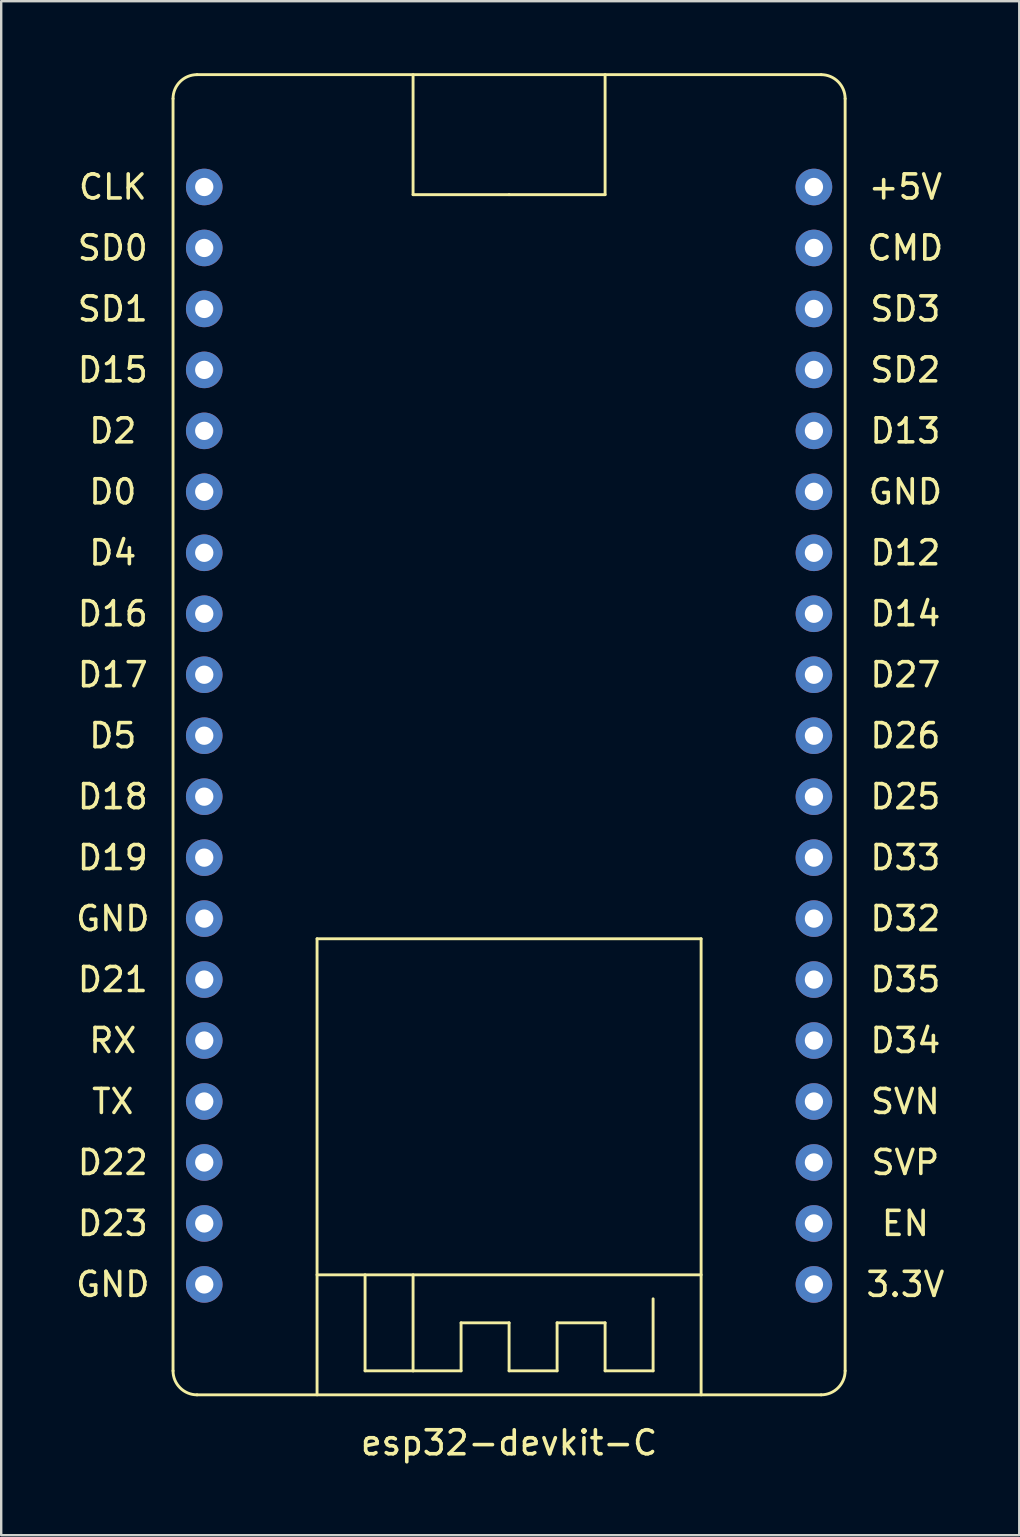
<source format=kicad_pcb>
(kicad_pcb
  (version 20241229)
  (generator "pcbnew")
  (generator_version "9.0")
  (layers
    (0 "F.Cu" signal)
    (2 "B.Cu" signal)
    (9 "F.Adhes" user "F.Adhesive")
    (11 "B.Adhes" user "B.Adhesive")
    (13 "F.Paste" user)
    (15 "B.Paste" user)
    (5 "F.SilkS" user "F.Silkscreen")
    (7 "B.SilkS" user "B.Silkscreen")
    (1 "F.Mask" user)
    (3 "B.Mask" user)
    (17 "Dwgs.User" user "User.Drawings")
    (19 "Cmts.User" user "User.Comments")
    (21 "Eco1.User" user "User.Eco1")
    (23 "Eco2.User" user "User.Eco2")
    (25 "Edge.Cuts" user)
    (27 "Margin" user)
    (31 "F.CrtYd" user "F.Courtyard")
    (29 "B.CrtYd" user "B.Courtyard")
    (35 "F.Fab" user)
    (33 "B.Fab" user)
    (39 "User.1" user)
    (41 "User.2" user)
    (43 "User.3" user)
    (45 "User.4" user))
  (footprint "esp32-devkit-C"
    (layer "F.Cu")
    (at 18.159 25.06)
    (property "Reference" "esp32-devkit-C" (at 0 32 0) (layer "F.SilkS") (effects (font (size 1 1) (thickness 0.15))))
    (attr through_hole)
    (fp_line (start -14 -24) (end -14 29) (stroke (width 0.12) (type solid)) (layer "F.SilkS"))
    (fp_line (start -13 -25) (end 13 -25) (stroke (width 0.12) (type solid)) (layer "F.SilkS"))
    (fp_line (start -13 30) (end 13 30) (stroke (width 0.12) (type solid)) (layer "F.SilkS"))
    (fp_line (start -8 11) (end 8 11) (stroke (width 0.12) (type solid)) (layer "F.SilkS"))
    (fp_line (start -8 25) (end 8 25) (stroke (width 0.12) (type solid)) (layer "F.SilkS"))
    (fp_line (start -8 30) (end -8 11) (stroke (width 0.12) (type solid)) (layer "F.SilkS"))
    (fp_line (start -6 29) (end -6 25) (stroke (width 0.12) (type solid)) (layer "F.SilkS"))
    (fp_line (start -6 29) (end -4 29) (stroke (width 0.12) (type solid)) (layer "F.SilkS"))
    (fp_line (start -4 -25) (end -4 -20) (stroke (width 0.12) (type solid)) (layer "F.SilkS"))
    (fp_line (start -4 -20) (end 0 -20) (stroke (width 0.12) (type solid)) (layer "F.SilkS"))
    (fp_line (start -4 29) (end -4 25) (stroke (width 0.12) (type solid)) (layer "F.SilkS"))
    (fp_line (start -4 29) (end -2 29) (stroke (width 0.12) (type solid)) (layer "F.SilkS"))
    (fp_line (start -2 27) (end 0 27) (stroke (width 0.12) (type solid)) (layer "F.SilkS"))
    (fp_line (start -2 29) (end -2 27) (stroke (width 0.12) (type solid)) (layer "F.SilkS"))
    (fp_line (start 0 -20) (end 4 -20) (stroke (width 0.12) (type solid)) (layer "F.SilkS"))
    (fp_line (start 0 27) (end 0 29) (stroke (width 0.12) (type solid)) (layer "F.SilkS"))
    (fp_line (start 0 29) (end 2 29) (stroke (width 0.12) (type solid)) (layer "F.SilkS"))
    (fp_line (start 2 27) (end 4 27) (stroke (width 0.12) (type solid)) (layer "F.SilkS"))
    (fp_line (start 2 29) (end 2 27) (stroke (width 0.12) (type solid)) (layer "F.SilkS"))
    (fp_line (start 4 -20) (end 4 -25) (stroke (width 0.12) (type solid)) (layer "F.SilkS"))
    (fp_line (start 4 27) (end 4 29) (stroke (width 0.12) (type solid)) (layer "F.SilkS"))
    (fp_line (start 4 29) (end 6 29) (stroke (width 0.12) (type solid)) (layer "F.SilkS"))
    (fp_line (start 6 29) (end 6 26) (stroke (width 0.12) (type solid)) (layer "F.SilkS"))
    (fp_line (start 8 11) (end 8 30) (stroke (width 0.12) (type solid)) (layer "F.SilkS"))
    (fp_line (start 14 -24) (end 14 29) (stroke (width 0.12) (type solid)) (layer "F.SilkS"))
    (fp_arc (start -14 -24) (mid -13.707107 -24.707107) (end -13 -25) (stroke (width 0.12) (type solid)) (layer "F.SilkS"))
    (fp_arc (start -13 30) (mid -13.707107 29.707107) (end -14 29) (stroke (width 0.12) (type solid)) (layer "F.SilkS"))
    (fp_arc (start 13 -25) (mid 13.707107 -24.707107) (end 14 -24) (stroke (width 0.12) (type solid)) (layer "F.SilkS"))
    (fp_arc (start 14 29) (mid 13.707107 29.707107) (end 13 30) (stroke (width 0.12) (type solid)) (layer "F.SilkS"))
    (fp_text user "D22" (at -16.51 20.32 0) (layer "F.SilkS") (effects (font (size 1 1) (thickness 0.15))))
    (fp_text user "CMD" (at 16.51 -17.78 0) (layer "F.SilkS") (effects (font (size 1 1) (thickness 0.15))))
    (fp_text user "D35" (at 16.51 12.7 0) (layer "F.SilkS") (effects (font (size 1 1) (thickness 0.15))))
    (fp_text user "D4" (at -16.51 -5.08 0) (layer "F.SilkS") (effects (font (size 1 1) (thickness 0.15))))
    (fp_text user "D0" (at -16.51 -7.62 0) (layer "F.SilkS") (effects (font (size 1 1) (thickness 0.15))))
    (fp_text user "EN" (at 16.51 22.86 0) (layer "F.SilkS") (effects (font (size 1 1) (thickness 0.15))))
    (fp_text user "SD1" (at -16.51 -15.24 0) (layer "F.SilkS") (effects (font (size 1 1) (thickness 0.15))))
    (fp_text user "D27" (at 16.51 0 0) (layer "F.SilkS") (effects (font (size 1 1) (thickness 0.15))))
    (fp_text user "GND" (at -16.51 10.16 0) (layer "F.SilkS") (effects (font (size 1 1) (thickness 0.15))))
    (fp_text user "D14" (at 16.51 -2.54 0) (layer "F.SilkS") (effects (font (size 1 1) (thickness 0.15))))
    (fp_text user "D25" (at 16.51 5.08 0) (layer "F.SilkS") (effects (font (size 1 1) (thickness 0.15))))
    (fp_text user "SD2" (at 16.51 -12.7 0) (layer "F.SilkS") (effects (font (size 1 1) (thickness 0.15))))
    (fp_text user "TX" (at -16.51 17.78 0) (layer "F.SilkS") (effects (font (size 1 1) (thickness 0.15))))
    (fp_text user "D5" (at -16.51 2.54 0) (layer "F.SilkS") (effects (font (size 1 1) (thickness 0.15))))
    (fp_text user "SVN" (at 16.51 17.78 0) (layer "F.SilkS") (effects (font (size 1 1) (thickness 0.15))))
    (fp_text user "SD0" (at -16.51 -17.78 0) (layer "F.SilkS") (effects (font (size 1 1) (thickness 0.15))))
    (fp_text user "GND" (at -16.51 25.4 0) (layer "F.SilkS") (effects (font (size 1 1) (thickness 0.15))))
    (fp_text user "D18" (at -16.51 5.08 0) (layer "F.SilkS") (effects (font (size 1 1) (thickness 0.15))))
    (fp_text user "D12" (at 16.51 -5.08 0) (layer "F.SilkS") (effects (font (size 1 1) (thickness 0.15))))
    (fp_text user "D33" (at 16.51 7.62 0) (layer "F.SilkS") (effects (font (size 1 1) (thickness 0.15))))
    (fp_text user "SVP" (at 16.51 20.32 0) (layer "F.SilkS") (effects (font (size 1 1) (thickness 0.15))))
    (fp_text user "GND" (at 16.51 -7.62 0) (layer "F.SilkS") (effects (font (size 1 1) (thickness 0.15))))
    (fp_text user "D15" (at -16.51 -12.7 0) (layer "F.SilkS") (effects (font (size 1 1) (thickness 0.15))))
    (fp_text user "D23" (at -16.51 22.86 0) (layer "F.SilkS") (effects (font (size 1 1) (thickness 0.15))))
    (fp_text user "D2" (at -16.51 -10.16 0) (layer "F.SilkS") (effects (font (size 1 1) (thickness 0.15))))
    (fp_text user "+5V" (at 16.51 -20.32 0) (layer "F.SilkS") (effects (font (size 1 1) (thickness 0.15))))
    (fp_text user "D32" (at 16.51 10.16 0) (layer "F.SilkS") (effects (font (size 1 1) (thickness 0.15))))
    (fp_text user "D17" (at -16.51 0 0) (layer "F.SilkS") (effects (font (size 1 1) (thickness 0.15))))
    (fp_text user "D26" (at 16.51 2.54 0) (layer "F.SilkS") (effects (font (size 1 1) (thickness 0.15))))
    (fp_text user "CLK" (at -16.51 -20.32 0) (layer "F.SilkS") (effects (font (size 1 1) (thickness 0.15))))
    (fp_text user "D19" (at -16.51 7.62 0) (layer "F.SilkS") (effects (font (size 1 1) (thickness 0.15))))
    (fp_text user "SD3" (at 16.51 -15.24 0) (layer "F.SilkS") (effects (font (size 1 1) (thickness 0.15))))
    (fp_text user "D13" (at 16.51 -10.16 0) (layer "F.SilkS") (effects (font (size 1 1) (thickness 0.15))))
    (fp_text user "D16" (at -16.51 -2.54 0) (layer "F.SilkS") (effects (font (size 1 1) (thickness 0.15))))
    (fp_text user "RX" (at -16.51 15.24 0) (layer "F.SilkS") (effects (font (size 1 1) (thickness 0.15))))
    (fp_text user "D34" (at 16.51 15.24 0) (layer "F.SilkS") (effects (font (size 1 1) (thickness 0.15))))
    (fp_text user "D21" (at -16.51 12.7 0) (layer "F.SilkS") (effects (font (size 1 1) (thickness 0.15))))
    (fp_text user "3.3V" (at 16.51 25.4 0) (layer "F.SilkS") (effects (font (size 1 1) (thickness 0.15))))
    (pad "1" thru_hole circle (at -12.7 -20.32) (size 1.524 1.524) (drill 0.762) (layers "*.Cu" "*.Mask"))
    (pad "2" thru_hole circle (at -12.7 -17.78) (size 1.524 1.524) (drill 0.762) (layers "*.Cu" "*.Mask"))
    (pad "3" thru_hole circle (at -12.7 -15.24) (size 1.524 1.524) (drill 0.762) (layers "*.Cu" "*.Mask"))
    (pad "4" thru_hole circle (at -12.7 -12.7) (size 1.524 1.524) (drill 0.762) (layers "*.Cu" "*.Mask"))
    (pad "5" thru_hole circle (at -12.7 -10.16) (size 1.524 1.524) (drill 0.762) (layers "*.Cu" "*.Mask"))
    (pad "6" thru_hole circle (at -12.7 -7.62) (size 1.524 1.524) (drill 0.762) (layers "*.Cu" "*.Mask"))
    (pad "7" thru_hole circle (at -12.7 -5.08) (size 1.524 1.524) (drill 0.762) (layers "*.Cu" "*.Mask"))
    (pad "8" thru_hole circle (at -12.7 -2.54) (size 1.524 1.524) (drill 0.762) (layers "*.Cu" "*.Mask"))
    (pad "9" thru_hole circle (at -12.7 0) (size 1.524 1.524) (drill 0.762) (layers "*.Cu" "*.Mask"))
    (pad "10" thru_hole circle (at -12.7 2.54) (size 1.524 1.524) (drill 0.762) (layers "*.Cu" "*.Mask"))
    (pad "11" thru_hole circle (at -12.7 5.08) (size 1.524 1.524) (drill 0.762) (layers "*.Cu" "*.Mask"))
    (pad "12" thru_hole circle (at -12.7 7.62) (size 1.524 1.524) (drill 0.762) (layers "*.Cu" "*.Mask"))
    (pad "13" thru_hole circle (at -12.7 10.16) (size 1.524 1.524) (drill 0.762) (layers "*.Cu" "*.Mask"))
    (pad "14" thru_hole circle (at -12.7 12.7) (size 1.524 1.524) (drill 0.762) (layers "*.Cu" "*.Mask"))
    (pad "15" thru_hole circle (at -12.7 15.24) (size 1.524 1.524) (drill 0.762) (layers "*.Cu" "*.Mask"))
    (pad "16" thru_hole circle (at -12.7 17.78) (size 1.524 1.524) (drill 0.762) (layers "*.Cu" "*.Mask"))
    (pad "17" thru_hole circle (at -12.7 20.32) (size 1.524 1.524) (drill 0.762) (layers "*.Cu" "*.Mask"))
    (pad "18" thru_hole circle (at -12.7 22.86) (size 1.524 1.524) (drill 0.762) (layers "*.Cu" "*.Mask"))
    (pad "19" thru_hole circle (at -12.7 25.4) (size 1.524 1.524) (drill 0.762) (layers "*.Cu" "*.Mask"))
    (pad "20" thru_hole circle (at 12.7 25.4) (size 1.524 1.524) (drill 0.762) (layers "*.Cu" "*.Mask"))
    (pad "21" thru_hole circle (at 12.7 22.86) (size 1.524 1.524) (drill 0.762) (layers "*.Cu" "*.Mask"))
    (pad "22" thru_hole circle (at 12.7 20.32) (size 1.524 1.524) (drill 0.762) (layers "*.Cu" "*.Mask"))
    (pad "23" thru_hole circle (at 12.7 17.78) (size 1.524 1.524) (drill 0.762) (layers "*.Cu" "*.Mask"))
    (pad "24" thru_hole circle (at 12.7 15.24) (size 1.524 1.524) (drill 0.762) (layers "*.Cu" "*.Mask"))
    (pad "25" thru_hole circle (at 12.7 12.7) (size 1.524 1.524) (drill 0.762) (layers "*.Cu" "*.Mask"))
    (pad "26" thru_hole circle (at 12.7 10.16) (size 1.524 1.524) (drill 0.762) (layers "*.Cu" "*.Mask"))
    (pad "27" thru_hole circle (at 12.7 7.62) (size 1.524 1.524) (drill 0.762) (layers "*.Cu" "*.Mask"))
    (pad "28" thru_hole circle (at 12.7 5.08) (size 1.524 1.524) (drill 0.762) (layers "*.Cu" "*.Mask"))
    (pad "29" thru_hole circle (at 12.7 2.54) (size 1.524 1.524) (drill 0.762) (layers "*.Cu" "*.Mask"))
    (pad "30" thru_hole circle (at 12.7 0) (size 1.524 1.524) (drill 0.762) (layers "*.Cu" "*.Mask"))
    (pad "31" thru_hole circle (at 12.7 -2.54) (size 1.524 1.524) (drill 0.762) (layers "*.Cu" "*.Mask"))
    (pad "32" thru_hole circle (at 12.7 -5.08) (size 1.524 1.524) (drill 0.762) (layers "*.Cu" "*.Mask"))
    (pad "33" thru_hole circle (at 12.7 -7.62) (size 1.524 1.524) (drill 0.762) (layers "*.Cu" "*.Mask"))
    (pad "34" thru_hole circle (at 12.7 -10.16) (size 1.524 1.524) (drill 0.762) (layers "*.Cu" "*.Mask"))
    (pad "35" thru_hole circle (at 12.7 -12.7) (size 1.524 1.524) (drill 0.762) (layers "*.Cu" "*.Mask"))
    (pad "36" thru_hole circle (at 12.7 -15.24) (size 1.524 1.524) (drill 0.762) (layers "*.Cu" "*.Mask"))
    (pad "37" thru_hole circle (at 12.7 -17.78) (size 1.524 1.524) (drill 0.762) (layers "*.Cu" "*.Mask"))
    (pad "38" thru_hole circle (at 12.7 -20.32) (size 1.524 1.524) (drill 0.762) (layers "*.Cu" "*.Mask")))
  (gr_rect
    (start -3 -3)
    (end 39.413 60.908)
    (stroke (width 0.1) (type default))
    (fill no)
    (layer "Edge.Cuts")))
</source>
